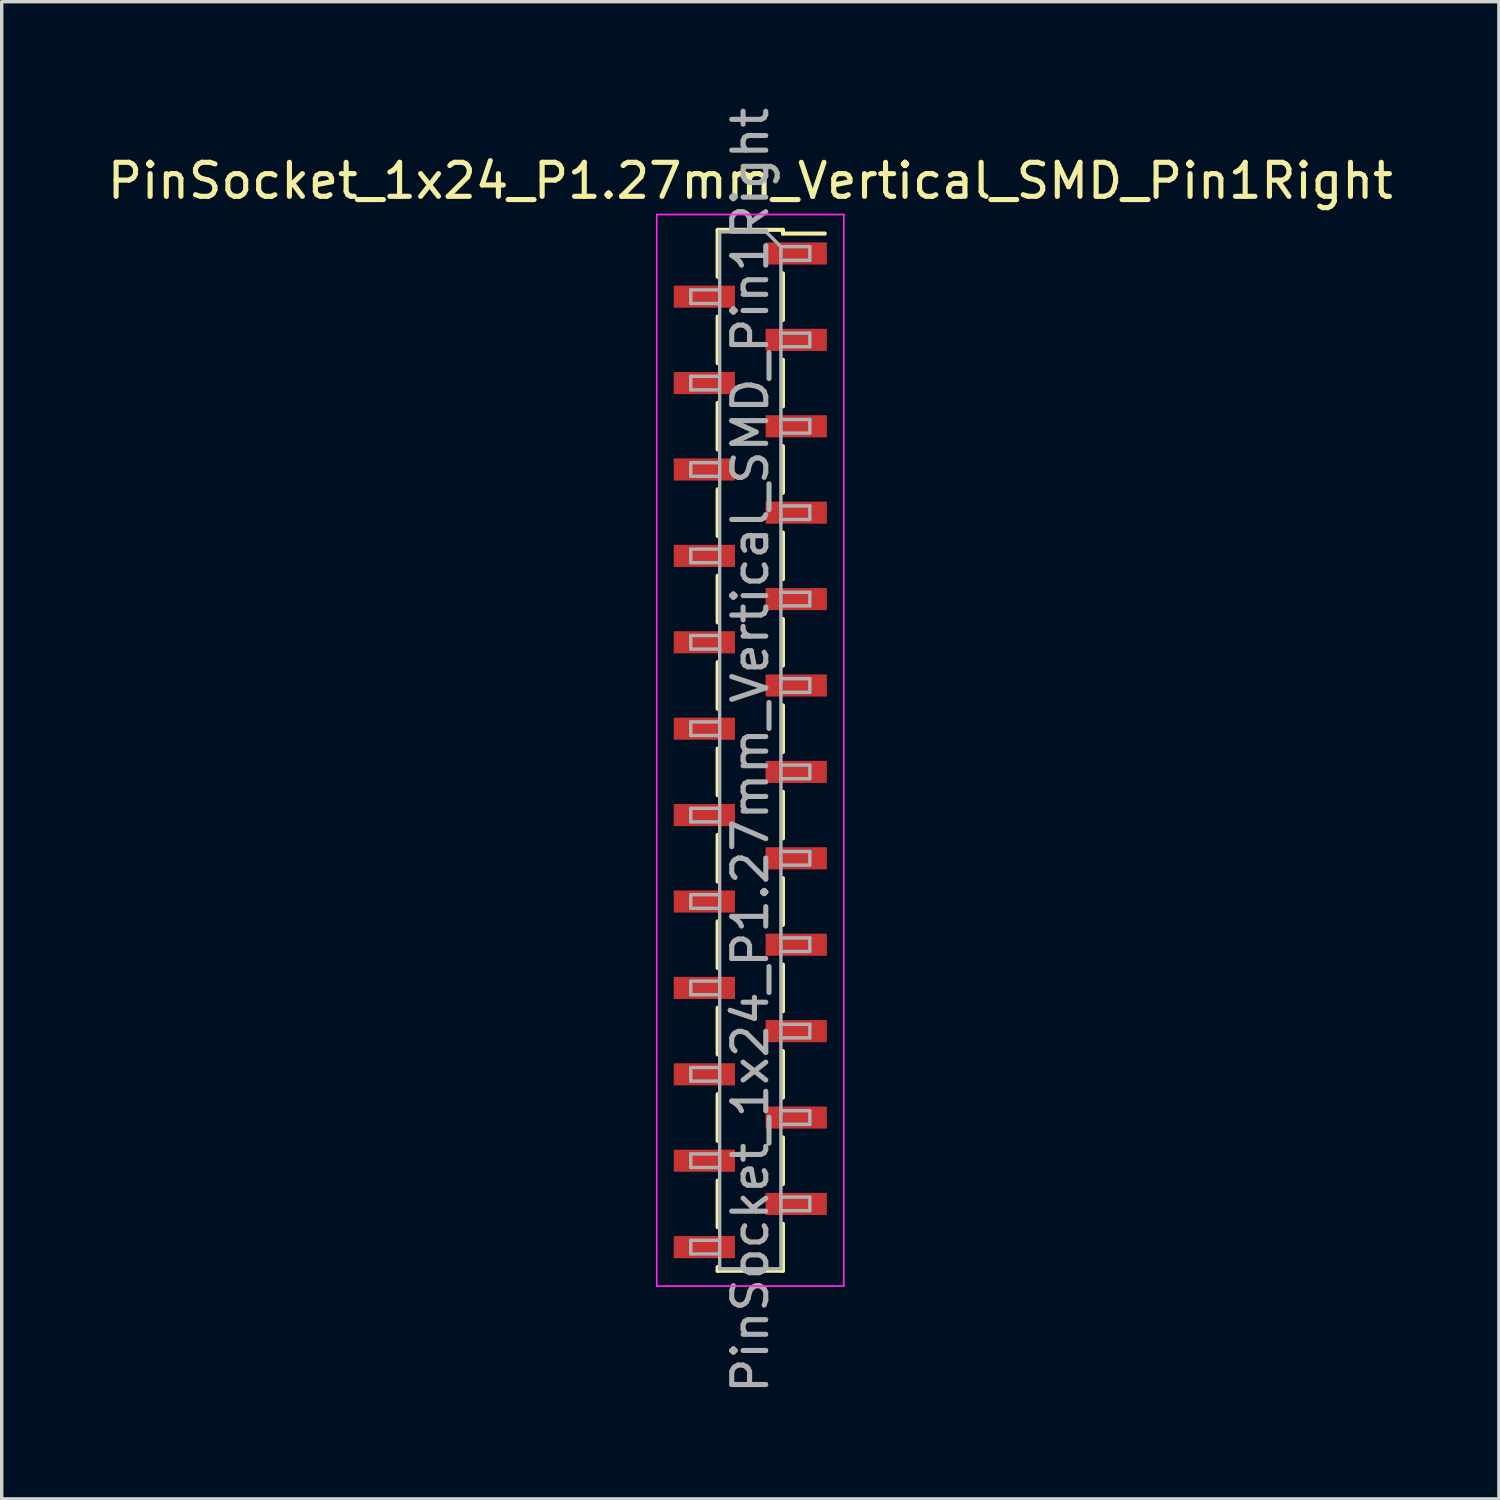
<source format=kicad_pcb>
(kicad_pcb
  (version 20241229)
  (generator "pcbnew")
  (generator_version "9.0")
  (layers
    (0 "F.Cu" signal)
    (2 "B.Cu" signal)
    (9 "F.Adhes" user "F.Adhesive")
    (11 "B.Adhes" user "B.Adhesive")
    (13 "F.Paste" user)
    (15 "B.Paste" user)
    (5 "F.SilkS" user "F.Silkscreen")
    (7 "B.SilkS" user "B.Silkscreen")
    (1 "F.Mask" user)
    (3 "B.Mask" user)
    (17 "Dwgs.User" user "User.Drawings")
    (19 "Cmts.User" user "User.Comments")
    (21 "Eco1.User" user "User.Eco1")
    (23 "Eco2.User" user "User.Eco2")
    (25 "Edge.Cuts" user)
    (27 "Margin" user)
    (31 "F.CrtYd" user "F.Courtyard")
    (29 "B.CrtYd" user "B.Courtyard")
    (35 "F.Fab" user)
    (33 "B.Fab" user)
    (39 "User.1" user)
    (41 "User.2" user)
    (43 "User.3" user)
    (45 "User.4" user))
  (footprint "PinSocket_1x24_P1.27mm_Vertical_SMD_Pin1Right"
    (layer "F.Cu")
    (at 19.006 19.006)
    (property "Reference" "PinSocket_1x24_P1.27mm_Vertical_SMD_Pin1Right" (at 0 -16.74 0) (layer "F.SilkS") (effects (font (size 1 1) (thickness 0.15))))
    (attr smd)
    (fp_line (start -0.96 -15.3) (end -0.96 -13.92) (stroke (width 0.12) (type solid)) (layer "F.SilkS"))
    (fp_line (start -0.96 -15.3) (end 0.96 -15.3) (stroke (width 0.12) (type solid)) (layer "F.SilkS"))
    (fp_line (start -0.96 -12.75) (end -0.96 -11.38) (stroke (width 0.12) (type solid)) (layer "F.SilkS"))
    (fp_line (start -0.96 -10.21) (end -0.96 -8.84) (stroke (width 0.12) (type solid)) (layer "F.SilkS"))
    (fp_line (start -0.96 -7.67) (end -0.96 -6.3) (stroke (width 0.12) (type solid)) (layer "F.SilkS"))
    (fp_line (start -0.96 -5.13) (end -0.96 -3.76) (stroke (width 0.12) (type solid)) (layer "F.SilkS"))
    (fp_line (start -0.96 -2.59) (end -0.96 -1.22) (stroke (width 0.12) (type solid)) (layer "F.SilkS"))
    (fp_line (start -0.96 -0.05) (end -0.96 1.32) (stroke (width 0.12) (type solid)) (layer "F.SilkS"))
    (fp_line (start -0.96 2.49) (end -0.96 3.86) (stroke (width 0.12) (type solid)) (layer "F.SilkS"))
    (fp_line (start -0.96 5.03) (end -0.96 6.4) (stroke (width 0.12) (type solid)) (layer "F.SilkS"))
    (fp_line (start -0.96 7.57) (end -0.96 8.94) (stroke (width 0.12) (type solid)) (layer "F.SilkS"))
    (fp_line (start -0.96 10.11) (end -0.96 11.48) (stroke (width 0.12) (type solid)) (layer "F.SilkS"))
    (fp_line (start -0.96 12.65) (end -0.96 14.02) (stroke (width 0.12) (type solid)) (layer "F.SilkS"))
    (fp_line (start -0.96 15.19) (end -0.96 15.3) (stroke (width 0.12) (type solid)) (layer "F.SilkS"))
    (fp_line (start -0.96 15.3) (end 0.96 15.3) (stroke (width 0.12) (type solid)) (layer "F.SilkS"))
    (fp_line (start 0.96 -15.3) (end 0.96 -15.19) (stroke (width 0.12) (type solid)) (layer "F.SilkS"))
    (fp_line (start 0.96 -15.19) (end 2.19 -15.19) (stroke (width 0.12) (type solid)) (layer "F.SilkS"))
    (fp_line (start 0.96 -14.02) (end 0.96 -12.65) (stroke (width 0.12) (type solid)) (layer "F.SilkS"))
    (fp_line (start 0.96 -11.48) (end 0.96 -10.11) (stroke (width 0.12) (type solid)) (layer "F.SilkS"))
    (fp_line (start 0.96 -8.94) (end 0.96 -7.57) (stroke (width 0.12) (type solid)) (layer "F.SilkS"))
    (fp_line (start 0.96 -6.4) (end 0.96 -5.03) (stroke (width 0.12) (type solid)) (layer "F.SilkS"))
    (fp_line (start 0.96 -3.86) (end 0.96 -2.49) (stroke (width 0.12) (type solid)) (layer "F.SilkS"))
    (fp_line (start 0.96 -1.32) (end 0.96 0.05) (stroke (width 0.12) (type solid)) (layer "F.SilkS"))
    (fp_line (start 0.96 1.22) (end 0.96 2.59) (stroke (width 0.12) (type solid)) (layer "F.SilkS"))
    (fp_line (start 0.96 3.76) (end 0.96 5.13) (stroke (width 0.12) (type solid)) (layer "F.SilkS"))
    (fp_line (start 0.96 6.3) (end 0.96 7.67) (stroke (width 0.12) (type solid)) (layer "F.SilkS"))
    (fp_line (start 0.96 8.84) (end 0.96 10.21) (stroke (width 0.12) (type solid)) (layer "F.SilkS"))
    (fp_line (start 0.96 11.38) (end 0.96 12.75) (stroke (width 0.12) (type solid)) (layer "F.SilkS"))
    (fp_line (start 0.96 13.92) (end 0.96 15.3) (stroke (width 0.12) (type solid)) (layer "F.SilkS"))
    (fp_line (start -2.75 -15.75) (end 2.75 -15.75) (stroke (width 0.05) (type solid)) (layer "F.CrtYd"))
    (fp_line (start -2.75 15.75) (end -2.75 -15.75) (stroke (width 0.05) (type solid)) (layer "F.CrtYd"))
    (fp_line (start 2.75 -15.75) (end 2.75 15.75) (stroke (width 0.05) (type solid)) (layer "F.CrtYd"))
    (fp_line (start 2.75 15.75) (end -2.75 15.75) (stroke (width 0.05) (type solid)) (layer "F.CrtYd"))
    (fp_line (start -1.75 -13.535) (end -0.9 -13.535) (stroke (width 0.1) (type solid)) (layer "F.Fab"))
    (fp_line (start -1.75 -13.135) (end -1.75 -13.535) (stroke (width 0.1) (type solid)) (layer "F.Fab"))
    (fp_line (start -1.75 -10.995) (end -0.9 -10.995) (stroke (width 0.1) (type solid)) (layer "F.Fab"))
    (fp_line (start -1.75 -10.595) (end -1.75 -10.995) (stroke (width 0.1) (type solid)) (layer "F.Fab"))
    (fp_line (start -1.75 -8.455) (end -0.9 -8.455) (stroke (width 0.1) (type solid)) (layer "F.Fab"))
    (fp_line (start -1.75 -8.055) (end -1.75 -8.455) (stroke (width 0.1) (type solid)) (layer "F.Fab"))
    (fp_line (start -1.75 -5.915) (end -0.9 -5.915) (stroke (width 0.1) (type solid)) (layer "F.Fab"))
    (fp_line (start -1.75 -5.515) (end -1.75 -5.915) (stroke (width 0.1) (type solid)) (layer "F.Fab"))
    (fp_line (start -1.75 -3.375) (end -0.9 -3.375) (stroke (width 0.1) (type solid)) (layer "F.Fab"))
    (fp_line (start -1.75 -2.975) (end -1.75 -3.375) (stroke (width 0.1) (type solid)) (layer "F.Fab"))
    (fp_line (start -1.75 -0.835) (end -0.9 -0.835) (stroke (width 0.1) (type solid)) (layer "F.Fab"))
    (fp_line (start -1.75 -0.435) (end -1.75 -0.835) (stroke (width 0.1) (type solid)) (layer "F.Fab"))
    (fp_line (start -1.75 1.705) (end -0.9 1.705) (stroke (width 0.1) (type solid)) (layer "F.Fab"))
    (fp_line (start -1.75 2.105) (end -1.75 1.705) (stroke (width 0.1) (type solid)) (layer "F.Fab"))
    (fp_line (start -1.75 4.245) (end -0.9 4.245) (stroke (width 0.1) (type solid)) (layer "F.Fab"))
    (fp_line (start -1.75 4.645) (end -1.75 4.245) (stroke (width 0.1) (type solid)) (layer "F.Fab"))
    (fp_line (start -1.75 6.785) (end -0.9 6.785) (stroke (width 0.1) (type solid)) (layer "F.Fab"))
    (fp_line (start -1.75 7.185) (end -1.75 6.785) (stroke (width 0.1) (type solid)) (layer "F.Fab"))
    (fp_line (start -1.75 9.325) (end -0.9 9.325) (stroke (width 0.1) (type solid)) (layer "F.Fab"))
    (fp_line (start -1.75 9.725) (end -1.75 9.325) (stroke (width 0.1) (type solid)) (layer "F.Fab"))
    (fp_line (start -1.75 11.865) (end -0.9 11.865) (stroke (width 0.1) (type solid)) (layer "F.Fab"))
    (fp_line (start -1.75 12.265) (end -1.75 11.865) (stroke (width 0.1) (type solid)) (layer "F.Fab"))
    (fp_line (start -1.75 14.405) (end -0.9 14.405) (stroke (width 0.1) (type solid)) (layer "F.Fab"))
    (fp_line (start -1.75 14.805) (end -1.75 14.405) (stroke (width 0.1) (type solid)) (layer "F.Fab"))
    (fp_line (start -0.9 -15.24) (end 0.465 -15.24) (stroke (width 0.1) (type solid)) (layer "F.Fab"))
    (fp_line (start -0.9 -13.135) (end -1.75 -13.135) (stroke (width 0.1) (type solid)) (layer "F.Fab"))
    (fp_line (start -0.9 -10.595) (end -1.75 -10.595) (stroke (width 0.1) (type solid)) (layer "F.Fab"))
    (fp_line (start -0.9 -8.055) (end -1.75 -8.055) (stroke (width 0.1) (type solid)) (layer "F.Fab"))
    (fp_line (start -0.9 -5.515) (end -1.75 -5.515) (stroke (width 0.1) (type solid)) (layer "F.Fab"))
    (fp_line (start -0.9 -2.975) (end -1.75 -2.975) (stroke (width 0.1) (type solid)) (layer "F.Fab"))
    (fp_line (start -0.9 -0.435) (end -1.75 -0.435) (stroke (width 0.1) (type solid)) (layer "F.Fab"))
    (fp_line (start -0.9 2.105) (end -1.75 2.105) (stroke (width 0.1) (type solid)) (layer "F.Fab"))
    (fp_line (start -0.9 4.645) (end -1.75 4.645) (stroke (width 0.1) (type solid)) (layer "F.Fab"))
    (fp_line (start -0.9 7.185) (end -1.75 7.185) (stroke (width 0.1) (type solid)) (layer "F.Fab"))
    (fp_line (start -0.9 9.725) (end -1.75 9.725) (stroke (width 0.1) (type solid)) (layer "F.Fab"))
    (fp_line (start -0.9 12.265) (end -1.75 12.265) (stroke (width 0.1) (type solid)) (layer "F.Fab"))
    (fp_line (start -0.9 14.805) (end -1.75 14.805) (stroke (width 0.1) (type solid)) (layer "F.Fab"))
    (fp_line (start -0.9 15.24) (end -0.9 -15.24) (stroke (width 0.1) (type solid)) (layer "F.Fab"))
    (fp_line (start 0.465 -15.24) (end 0.9 -14.805) (stroke (width 0.1) (type solid)) (layer "F.Fab"))
    (fp_line (start 0.9 -14.805) (end 0.9 15.24) (stroke (width 0.1) (type solid)) (layer "F.Fab"))
    (fp_line (start 0.9 -14.805) (end 1.75 -14.805) (stroke (width 0.1) (type solid)) (layer "F.Fab"))
    (fp_line (start 0.9 -12.265) (end 1.75 -12.265) (stroke (width 0.1) (type solid)) (layer "F.Fab"))
    (fp_line (start 0.9 -9.725) (end 1.75 -9.725) (stroke (width 0.1) (type solid)) (layer "F.Fab"))
    (fp_line (start 0.9 -7.185) (end 1.75 -7.185) (stroke (width 0.1) (type solid)) (layer "F.Fab"))
    (fp_line (start 0.9 -4.645) (end 1.75 -4.645) (stroke (width 0.1) (type solid)) (layer "F.Fab"))
    (fp_line (start 0.9 -2.105) (end 1.75 -2.105) (stroke (width 0.1) (type solid)) (layer "F.Fab"))
    (fp_line (start 0.9 0.435) (end 1.75 0.435) (stroke (width 0.1) (type solid)) (layer "F.Fab"))
    (fp_line (start 0.9 2.975) (end 1.75 2.975) (stroke (width 0.1) (type solid)) (layer "F.Fab"))
    (fp_line (start 0.9 5.515) (end 1.75 5.515) (stroke (width 0.1) (type solid)) (layer "F.Fab"))
    (fp_line (start 0.9 8.055) (end 1.75 8.055) (stroke (width 0.1) (type solid)) (layer "F.Fab"))
    (fp_line (start 0.9 10.595) (end 1.75 10.595) (stroke (width 0.1) (type solid)) (layer "F.Fab"))
    (fp_line (start 0.9 13.135) (end 1.75 13.135) (stroke (width 0.1) (type solid)) (layer "F.Fab"))
    (fp_line (start 0.9 15.24) (end -0.9 15.24) (stroke (width 0.1) (type solid)) (layer "F.Fab"))
    (fp_line (start 1.75 -14.805) (end 1.75 -14.405) (stroke (width 0.1) (type solid)) (layer "F.Fab"))
    (fp_line (start 1.75 -14.405) (end 0.9 -14.405) (stroke (width 0.1) (type solid)) (layer "F.Fab"))
    (fp_line (start 1.75 -12.265) (end 1.75 -11.865) (stroke (width 0.1) (type solid)) (layer "F.Fab"))
    (fp_line (start 1.75 -11.865) (end 0.9 -11.865) (stroke (width 0.1) (type solid)) (layer "F.Fab"))
    (fp_line (start 1.75 -9.725) (end 1.75 -9.325) (stroke (width 0.1) (type solid)) (layer "F.Fab"))
    (fp_line (start 1.75 -9.325) (end 0.9 -9.325) (stroke (width 0.1) (type solid)) (layer "F.Fab"))
    (fp_line (start 1.75 -7.185) (end 1.75 -6.785) (stroke (width 0.1) (type solid)) (layer "F.Fab"))
    (fp_line (start 1.75 -6.785) (end 0.9 -6.785) (stroke (width 0.1) (type solid)) (layer "F.Fab"))
    (fp_line (start 1.75 -4.645) (end 1.75 -4.245) (stroke (width 0.1) (type solid)) (layer "F.Fab"))
    (fp_line (start 1.75 -4.245) (end 0.9 -4.245) (stroke (width 0.1) (type solid)) (layer "F.Fab"))
    (fp_line (start 1.75 -2.105) (end 1.75 -1.705) (stroke (width 0.1) (type solid)) (layer "F.Fab"))
    (fp_line (start 1.75 -1.705) (end 0.9 -1.705) (stroke (width 0.1) (type solid)) (layer "F.Fab"))
    (fp_line (start 1.75 0.435) (end 1.75 0.835) (stroke (width 0.1) (type solid)) (layer "F.Fab"))
    (fp_line (start 1.75 0.835) (end 0.9 0.835) (stroke (width 0.1) (type solid)) (layer "F.Fab"))
    (fp_line (start 1.75 2.975) (end 1.75 3.375) (stroke (width 0.1) (type solid)) (layer "F.Fab"))
    (fp_line (start 1.75 3.375) (end 0.9 3.375) (stroke (width 0.1) (type solid)) (layer "F.Fab"))
    (fp_line (start 1.75 5.515) (end 1.75 5.915) (stroke (width 0.1) (type solid)) (layer "F.Fab"))
    (fp_line (start 1.75 5.915) (end 0.9 5.915) (stroke (width 0.1) (type solid)) (layer "F.Fab"))
    (fp_line (start 1.75 8.055) (end 1.75 8.455) (stroke (width 0.1) (type solid)) (layer "F.Fab"))
    (fp_line (start 1.75 8.455) (end 0.9 8.455) (stroke (width 0.1) (type solid)) (layer "F.Fab"))
    (fp_line (start 1.75 10.595) (end 1.75 10.995) (stroke (width 0.1) (type solid)) (layer "F.Fab"))
    (fp_line (start 1.75 10.995) (end 0.9 10.995) (stroke (width 0.1) (type solid)) (layer "F.Fab"))
    (fp_line (start 1.75 13.135) (end 1.75 13.535) (stroke (width 0.1) (type solid)) (layer "F.Fab"))
    (fp_line (start 1.75 13.535) (end 0.9 13.535) (stroke (width 0.1) (type solid)) (layer "F.Fab"))
    (fp_text user "${REFERENCE}" (at 0 0 90) (layer "F.Fab") (effects (font (size 1 1) (thickness 0.15))))
    (pad "1" smd rect (at 1.35 -14.605) (size 1.8 0.65) (layers "F.Cu" "F.Mask" "F.Paste"))
    (pad "2" smd rect (at -1.35 -13.335) (size 1.8 0.65) (layers "F.Cu" "F.Mask" "F.Paste"))
    (pad "3" smd rect (at 1.35 -12.065) (size 1.8 0.65) (layers "F.Cu" "F.Mask" "F.Paste"))
    (pad "4" smd rect (at -1.35 -10.795) (size 1.8 0.65) (layers "F.Cu" "F.Mask" "F.Paste"))
    (pad "5" smd rect (at 1.35 -9.525) (size 1.8 0.65) (layers "F.Cu" "F.Mask" "F.Paste"))
    (pad "6" smd rect (at -1.35 -8.255) (size 1.8 0.65) (layers "F.Cu" "F.Mask" "F.Paste"))
    (pad "7" smd rect (at 1.35 -6.985) (size 1.8 0.65) (layers "F.Cu" "F.Mask" "F.Paste"))
    (pad "8" smd rect (at -1.35 -5.715) (size 1.8 0.65) (layers "F.Cu" "F.Mask" "F.Paste"))
    (pad "9" smd rect (at 1.35 -4.445) (size 1.8 0.65) (layers "F.Cu" "F.Mask" "F.Paste"))
    (pad "10" smd rect (at -1.35 -3.175) (size 1.8 0.65) (layers "F.Cu" "F.Mask" "F.Paste"))
    (pad "11" smd rect (at 1.35 -1.905) (size 1.8 0.65) (layers "F.Cu" "F.Mask" "F.Paste"))
    (pad "12" smd rect (at -1.35 -0.635) (size 1.8 0.65) (layers "F.Cu" "F.Mask" "F.Paste"))
    (pad "13" smd rect (at 1.35 0.635) (size 1.8 0.65) (layers "F.Cu" "F.Mask" "F.Paste"))
    (pad "14" smd rect (at -1.35 1.905) (size 1.8 0.65) (layers "F.Cu" "F.Mask" "F.Paste"))
    (pad "15" smd rect (at 1.35 3.175) (size 1.8 0.65) (layers "F.Cu" "F.Mask" "F.Paste"))
    (pad "16" smd rect (at -1.35 4.445) (size 1.8 0.65) (layers "F.Cu" "F.Mask" "F.Paste"))
    (pad "17" smd rect (at 1.35 5.715) (size 1.8 0.65) (layers "F.Cu" "F.Mask" "F.Paste"))
    (pad "18" smd rect (at -1.35 6.985) (size 1.8 0.65) (layers "F.Cu" "F.Mask" "F.Paste"))
    (pad "19" smd rect (at 1.35 8.255) (size 1.8 0.65) (layers "F.Cu" "F.Mask" "F.Paste"))
    (pad "20" smd rect (at -1.35 9.525) (size 1.8 0.65) (layers "F.Cu" "F.Mask" "F.Paste"))
    (pad "21" smd rect (at 1.35 10.795) (size 1.8 0.65) (layers "F.Cu" "F.Mask" "F.Paste"))
    (pad "22" smd rect (at -1.35 12.065) (size 1.8 0.65) (layers "F.Cu" "F.Mask" "F.Paste"))
    (pad "23" smd rect (at 1.35 13.335) (size 1.8 0.65) (layers "F.Cu" "F.Mask" "F.Paste"))
    (pad "24" smd rect (at -1.35 14.605) (size 1.8 0.65) (layers "F.Cu" "F.Mask" "F.Paste")))
  (gr_rect
    (start -3 -3)
    (end 41.012 41.012)
    (stroke (width 0.1) (type default))
    (fill no)
    (layer "Edge.Cuts")))
</source>
